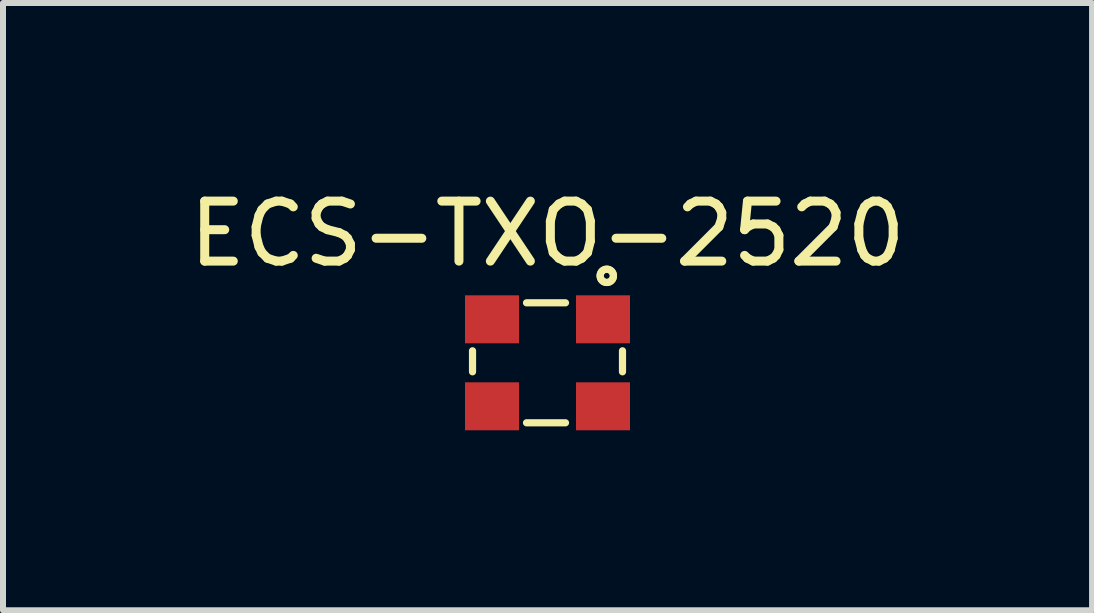
<source format=kicad_pcb>
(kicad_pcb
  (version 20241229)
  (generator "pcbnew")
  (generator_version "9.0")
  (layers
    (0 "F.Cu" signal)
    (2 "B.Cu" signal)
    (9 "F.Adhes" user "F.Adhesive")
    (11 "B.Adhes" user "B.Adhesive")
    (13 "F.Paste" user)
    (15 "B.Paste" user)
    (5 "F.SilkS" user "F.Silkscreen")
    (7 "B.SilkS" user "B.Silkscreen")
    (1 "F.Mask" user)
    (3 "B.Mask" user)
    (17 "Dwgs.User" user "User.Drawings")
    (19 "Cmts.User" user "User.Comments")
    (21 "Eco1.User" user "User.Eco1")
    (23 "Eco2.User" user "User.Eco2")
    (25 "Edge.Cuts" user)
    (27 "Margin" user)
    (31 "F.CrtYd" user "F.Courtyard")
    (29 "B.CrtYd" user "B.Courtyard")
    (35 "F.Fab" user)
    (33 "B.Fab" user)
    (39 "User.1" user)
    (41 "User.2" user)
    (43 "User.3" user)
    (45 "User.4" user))
  (footprint "ECS-TXO-2520"
    (layer "F.Cu")
    (at 6.077 2.998)
    (property "Reference" "ECS-TXO-2520" (at 0 -2.15 0) (layer "F.SilkS") (effects (font (size 1 1) (thickness 0.15))))
    (attr through_hole)
    (fp_line (start -1.25 -0.2) (end -1.25 0.15) (stroke (width 0.12) (type solid)) (layer "F.SilkS"))
    (fp_line (start -0.35 -1) (end 0.3 -1) (stroke (width 0.12) (type solid)) (layer "F.SilkS"))
    (fp_line (start -0.35 1) (end 0.3 1) (stroke (width 0.12) (type solid)) (layer "F.SilkS"))
    (fp_line (start 1.25 -0.2) (end 1.25 0.15) (stroke (width 0.12) (type solid)) (layer "F.SilkS"))
    (fp_circle (center 0.988 -1.45) (end 1.038 -1.45) (stroke (width 0.12) (type solid)) (fill no) (layer "F.SilkS"))
    (fp_circle (center 0.988 -1.45) (end 1.088 -1.4) (stroke (width 0.12) (type solid)) (fill no) (layer "F.SilkS"))
    (pad "1" smd rect (at 0.925 -0.725) (size 0.9 0.8) (layers "F.Cu" "F.Mask" "F.Paste"))
    (pad "2" smd rect (at -0.925 -0.725) (size 0.9 0.8) (layers "F.Cu" "F.Mask" "F.Paste"))
    (pad "3" smd rect (at -0.925 0.725) (size 0.9 0.8) (layers "F.Cu" "F.Mask" "F.Paste"))
    (pad "4" smd rect (at 0.925 0.725) (size 0.9 0.8) (layers "F.Cu" "F.Mask" "F.Paste")))
  (gr_rect
    (start -3 -3)
    (end 15.155 7.123)
    (stroke (width 0.1) (type default))
    (fill no)
    (layer "Edge.Cuts")))
</source>
